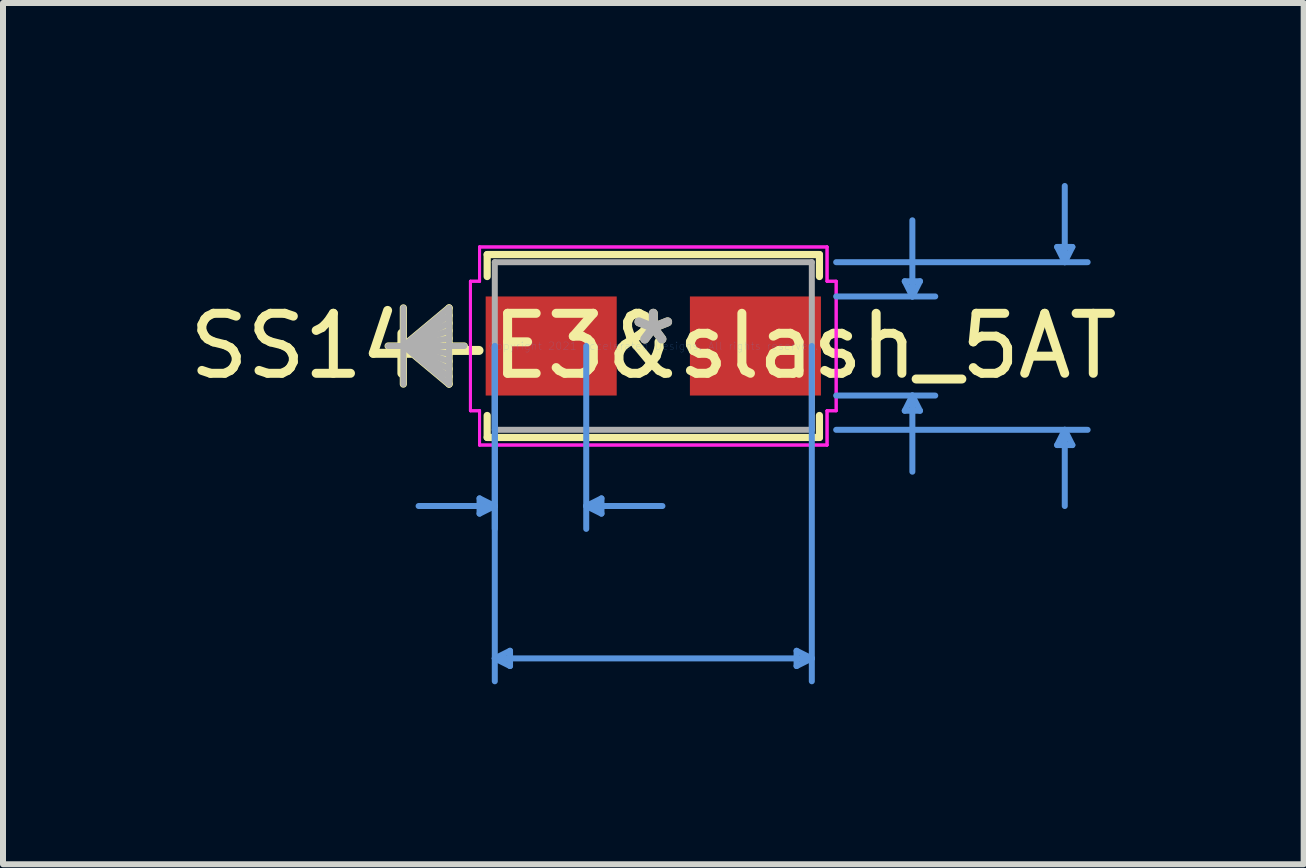
<source format=kicad_pcb>
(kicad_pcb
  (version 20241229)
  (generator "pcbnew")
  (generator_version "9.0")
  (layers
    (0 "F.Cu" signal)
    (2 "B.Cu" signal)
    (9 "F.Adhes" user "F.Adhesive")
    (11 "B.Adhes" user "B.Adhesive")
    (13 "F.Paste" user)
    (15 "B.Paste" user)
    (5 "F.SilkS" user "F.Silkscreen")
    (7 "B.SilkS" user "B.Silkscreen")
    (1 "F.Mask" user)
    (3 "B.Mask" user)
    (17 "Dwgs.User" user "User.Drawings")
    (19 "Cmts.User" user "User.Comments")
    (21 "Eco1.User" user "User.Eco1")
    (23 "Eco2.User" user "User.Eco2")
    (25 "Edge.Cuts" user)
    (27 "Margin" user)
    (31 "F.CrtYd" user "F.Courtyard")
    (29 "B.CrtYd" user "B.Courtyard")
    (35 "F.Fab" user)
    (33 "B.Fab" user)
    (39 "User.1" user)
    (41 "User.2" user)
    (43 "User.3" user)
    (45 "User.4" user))
  (footprint "SS14-E3&slash_5AT"
    (layer "F.Cu")
    (at 7.839 2.717)
    (property "Reference" "SS14-E3&slash_5AT" (at 0 0 0) (layer "F.SilkS") (effects (font (size 1 1) (thickness 0.15))))
    (attr through_hole)
    (fp_line (start -4.166 -0.635) (end -4.166 0.635) (stroke (width 0.12) (type solid)) (layer "F.SilkS"))
    (fp_line (start -4.166 0) (end -3.404 -0.635) (stroke (width 0.12) (type solid)) (layer "F.SilkS"))
    (fp_line (start -4.166 0) (end -3.404 -0.508) (stroke (width 0.12) (type solid)) (layer "F.SilkS"))
    (fp_line (start -4.166 0) (end -3.404 -0.381) (stroke (width 0.12) (type solid)) (layer "F.SilkS"))
    (fp_line (start -4.166 0) (end -3.404 -0.254) (stroke (width 0.12) (type solid)) (layer "F.SilkS"))
    (fp_line (start -4.166 0) (end -3.404 -0.127) (stroke (width 0.12) (type solid)) (layer "F.SilkS"))
    (fp_line (start -4.166 0) (end -3.404 0.127) (stroke (width 0.12) (type solid)) (layer "F.SilkS"))
    (fp_line (start -4.166 0) (end -3.404 0.254) (stroke (width 0.12) (type solid)) (layer "F.SilkS"))
    (fp_line (start -4.166 0) (end -3.404 0.381) (stroke (width 0.12) (type solid)) (layer "F.SilkS"))
    (fp_line (start -4.166 0) (end -3.404 0.508) (stroke (width 0.12) (type solid)) (layer "F.SilkS"))
    (fp_line (start -4.166 0) (end -3.404 0.635) (stroke (width 0.12) (type solid)) (layer "F.SilkS"))
    (fp_line (start -3.404 -0.635) (end -3.404 0.635) (stroke (width 0.12) (type solid)) (layer "F.SilkS"))
    (fp_line (start -3.15 0) (end -4.42 0) (stroke (width 0.12) (type solid)) (layer "F.SilkS"))
    (fp_line (start -2.769 -1.524) (end -2.769 -1.158) (stroke (width 0.12) (type solid)) (layer "F.SilkS"))
    (fp_line (start -2.769 1.158) (end -2.769 1.524) (stroke (width 0.12) (type solid)) (layer "F.SilkS"))
    (fp_line (start -2.769 1.524) (end 2.769 1.524) (stroke (width 0.12) (type solid)) (layer "F.SilkS"))
    (fp_line (start 2.769 -1.524) (end -2.769 -1.524) (stroke (width 0.12) (type solid)) (layer "F.SilkS"))
    (fp_line (start 2.769 -1.158) (end 2.769 -1.524) (stroke (width 0.12) (type solid)) (layer "F.SilkS"))
    (fp_line (start 2.769 1.524) (end 2.769 1.158) (stroke (width 0.12) (type solid)) (layer "F.SilkS"))
    (fp_line (start -2.896 2.54) (end -2.896 2.794) (stroke (width 0.1) (type solid)) (layer "Cmts.User"))
    (fp_line (start -2.642 0) (end -2.642 3.048) (stroke (width 0.1) (type solid)) (layer "Cmts.User"))
    (fp_line (start -2.642 0) (end -2.642 5.588) (stroke (width 0.1) (type solid)) (layer "Cmts.User"))
    (fp_line (start -2.642 2.667) (end -3.912 2.667) (stroke (width 0.1) (type solid)) (layer "Cmts.User"))
    (fp_line (start -2.642 2.667) (end -2.896 2.54) (stroke (width 0.1) (type solid)) (layer "Cmts.User"))
    (fp_line (start -2.642 2.667) (end -2.896 2.794) (stroke (width 0.1) (type solid)) (layer "Cmts.User"))
    (fp_line (start -2.642 5.207) (end -2.388 5.08) (stroke (width 0.1) (type solid)) (layer "Cmts.User"))
    (fp_line (start -2.642 5.207) (end -2.388 5.334) (stroke (width 0.1) (type solid)) (layer "Cmts.User"))
    (fp_line (start -2.642 5.207) (end 2.642 5.207) (stroke (width 0.1) (type solid)) (layer "Cmts.User"))
    (fp_line (start -2.388 5.08) (end -2.388 5.334) (stroke (width 0.1) (type solid)) (layer "Cmts.User"))
    (fp_line (start -1.118 0) (end -1.118 3.048) (stroke (width 0.1) (type solid)) (layer "Cmts.User"))
    (fp_line (start -1.118 2.667) (end -0.864 2.54) (stroke (width 0.1) (type solid)) (layer "Cmts.User"))
    (fp_line (start -1.118 2.667) (end -0.864 2.794) (stroke (width 0.1) (type solid)) (layer "Cmts.User"))
    (fp_line (start -1.118 2.667) (end 0.152 2.667) (stroke (width 0.1) (type solid)) (layer "Cmts.User"))
    (fp_line (start -0.864 2.54) (end -0.864 2.794) (stroke (width 0.1) (type solid)) (layer "Cmts.User"))
    (fp_line (start 2.388 5.08) (end 2.388 5.334) (stroke (width 0.1) (type solid)) (layer "Cmts.User"))
    (fp_line (start 2.642 0) (end 2.642 5.588) (stroke (width 0.1) (type solid)) (layer "Cmts.User"))
    (fp_line (start 2.642 5.207) (end 2.388 5.08) (stroke (width 0.1) (type solid)) (layer "Cmts.User"))
    (fp_line (start 2.642 5.207) (end 2.388 5.334) (stroke (width 0.1) (type solid)) (layer "Cmts.User"))
    (fp_line (start 3.048 -1.397) (end 7.239 -1.397) (stroke (width 0.1) (type solid)) (layer "Cmts.User"))
    (fp_line (start 3.048 -0.826) (end 4.699 -0.826) (stroke (width 0.1) (type solid)) (layer "Cmts.User"))
    (fp_line (start 3.048 0.826) (end 4.699 0.826) (stroke (width 0.1) (type solid)) (layer "Cmts.User"))
    (fp_line (start 3.048 1.397) (end 7.239 1.397) (stroke (width 0.1) (type solid)) (layer "Cmts.User"))
    (fp_line (start 4.191 -1.079) (end 4.445 -1.079) (stroke (width 0.1) (type solid)) (layer "Cmts.User"))
    (fp_line (start 4.191 1.079) (end 4.445 1.079) (stroke (width 0.1) (type solid)) (layer "Cmts.User"))
    (fp_line (start 4.318 -0.826) (end 4.191 -1.079) (stroke (width 0.1) (type solid)) (layer "Cmts.User"))
    (fp_line (start 4.318 -0.826) (end 4.318 -2.095) (stroke (width 0.1) (type solid)) (layer "Cmts.User"))
    (fp_line (start 4.318 -0.826) (end 4.445 -1.079) (stroke (width 0.1) (type solid)) (layer "Cmts.User"))
    (fp_line (start 4.318 0.826) (end 4.191 1.079) (stroke (width 0.1) (type solid)) (layer "Cmts.User"))
    (fp_line (start 4.318 0.826) (end 4.318 2.095) (stroke (width 0.1) (type solid)) (layer "Cmts.User"))
    (fp_line (start 4.318 0.826) (end 4.445 1.079) (stroke (width 0.1) (type solid)) (layer "Cmts.User"))
    (fp_line (start 6.731 -1.651) (end 6.985 -1.651) (stroke (width 0.1) (type solid)) (layer "Cmts.User"))
    (fp_line (start 6.731 1.651) (end 6.985 1.651) (stroke (width 0.1) (type solid)) (layer "Cmts.User"))
    (fp_line (start 6.858 -1.397) (end 6.731 -1.651) (stroke (width 0.1) (type solid)) (layer "Cmts.User"))
    (fp_line (start 6.858 -1.397) (end 6.858 -2.667) (stroke (width 0.1) (type solid)) (layer "Cmts.User"))
    (fp_line (start 6.858 -1.397) (end 6.985 -1.651) (stroke (width 0.1) (type solid)) (layer "Cmts.User"))
    (fp_line (start 6.858 1.397) (end 6.731 1.651) (stroke (width 0.1) (type solid)) (layer "Cmts.User"))
    (fp_line (start 6.858 1.397) (end 6.858 2.667) (stroke (width 0.1) (type solid)) (layer "Cmts.User"))
    (fp_line (start 6.858 1.397) (end 6.985 1.651) (stroke (width 0.1) (type solid)) (layer "Cmts.User"))
    (fp_line (start -3.048 -1.079) (end -2.896 -1.079) (stroke (width 0.05) (type solid)) (layer "F.CrtYd"))
    (fp_line (start -3.048 -1.079) (end -2.896 -1.079) (stroke (width 0.05) (type solid)) (layer "F.CrtYd"))
    (fp_line (start -3.048 1.079) (end -3.048 -1.079) (stroke (width 0.05) (type solid)) (layer "F.CrtYd"))
    (fp_line (start -3.048 1.079) (end -3.048 -1.079) (stroke (width 0.05) (type solid)) (layer "F.CrtYd"))
    (fp_line (start -2.896 -1.651) (end 2.896 -1.651) (stroke (width 0.05) (type solid)) (layer "F.CrtYd"))
    (fp_line (start -2.896 -1.651) (end 2.896 -1.651) (stroke (width 0.05) (type solid)) (layer "F.CrtYd"))
    (fp_line (start -2.896 -1.079) (end -2.896 -1.651) (stroke (width 0.05) (type solid)) (layer "F.CrtYd"))
    (fp_line (start -2.896 -1.079) (end -2.896 -1.651) (stroke (width 0.05) (type solid)) (layer "F.CrtYd"))
    (fp_line (start -2.896 1.079) (end -3.048 1.079) (stroke (width 0.05) (type solid)) (layer "F.CrtYd"))
    (fp_line (start -2.896 1.079) (end -3.048 1.079) (stroke (width 0.05) (type solid)) (layer "F.CrtYd"))
    (fp_line (start -2.896 1.651) (end -2.896 1.079) (stroke (width 0.05) (type solid)) (layer "F.CrtYd"))
    (fp_line (start -2.896 1.651) (end -2.896 1.079) (stroke (width 0.05) (type solid)) (layer "F.CrtYd"))
    (fp_line (start 2.896 -1.651) (end 2.896 -1.079) (stroke (width 0.05) (type solid)) (layer "F.CrtYd"))
    (fp_line (start 2.896 -1.651) (end 2.896 -1.079) (stroke (width 0.05) (type solid)) (layer "F.CrtYd"))
    (fp_line (start 2.896 -1.079) (end 3.048 -1.079) (stroke (width 0.05) (type solid)) (layer "F.CrtYd"))
    (fp_line (start 2.896 -1.079) (end 3.048 -1.079) (stroke (width 0.05) (type solid)) (layer "F.CrtYd"))
    (fp_line (start 2.896 1.079) (end 2.896 1.651) (stroke (width 0.05) (type solid)) (layer "F.CrtYd"))
    (fp_line (start 2.896 1.079) (end 2.896 1.651) (stroke (width 0.05) (type solid)) (layer "F.CrtYd"))
    (fp_line (start 2.896 1.651) (end -2.896 1.651) (stroke (width 0.05) (type solid)) (layer "F.CrtYd"))
    (fp_line (start 2.896 1.651) (end -2.896 1.651) (stroke (width 0.05) (type solid)) (layer "F.CrtYd"))
    (fp_line (start 3.048 -1.079) (end 3.048 1.079) (stroke (width 0.05) (type solid)) (layer "F.CrtYd"))
    (fp_line (start 3.048 -1.079) (end 3.048 1.079) (stroke (width 0.05) (type solid)) (layer "F.CrtYd"))
    (fp_line (start 3.048 1.079) (end 2.896 1.079) (stroke (width 0.05) (type solid)) (layer "F.CrtYd"))
    (fp_line (start 3.048 1.079) (end 2.896 1.079) (stroke (width 0.05) (type solid)) (layer "F.CrtYd"))
    (fp_line (start -4.166 -0.635) (end -4.166 0.635) (stroke (width 0.1) (type solid)) (layer "F.Fab"))
    (fp_line (start -4.166 0) (end -3.404 -0.635) (stroke (width 0.1) (type solid)) (layer "F.Fab"))
    (fp_line (start -4.166 0) (end -3.404 -0.508) (stroke (width 0.1) (type solid)) (layer "F.Fab"))
    (fp_line (start -4.166 0) (end -3.404 -0.381) (stroke (width 0.1) (type solid)) (layer "F.Fab"))
    (fp_line (start -4.166 0) (end -3.404 -0.254) (stroke (width 0.1) (type solid)) (layer "F.Fab"))
    (fp_line (start -4.166 0) (end -3.404 -0.127) (stroke (width 0.1) (type solid)) (layer "F.Fab"))
    (fp_line (start -4.166 0) (end -3.404 0.127) (stroke (width 0.1) (type solid)) (layer "F.Fab"))
    (fp_line (start -4.166 0) (end -3.404 0.254) (stroke (width 0.1) (type solid)) (layer "F.Fab"))
    (fp_line (start -4.166 0) (end -3.404 0.381) (stroke (width 0.1) (type solid)) (layer "F.Fab"))
    (fp_line (start -4.166 0) (end -3.404 0.508) (stroke (width 0.1) (type solid)) (layer "F.Fab"))
    (fp_line (start -4.166 0) (end -3.404 0.635) (stroke (width 0.1) (type solid)) (layer "F.Fab"))
    (fp_line (start -3.404 -0.635) (end -3.404 0.635) (stroke (width 0.1) (type solid)) (layer "F.Fab"))
    (fp_line (start -3.15 0) (end -4.42 0) (stroke (width 0.1) (type solid)) (layer "F.Fab"))
    (fp_line (start -2.642 -1.397) (end -2.642 1.397) (stroke (width 0.1) (type solid)) (layer "F.Fab"))
    (fp_line (start -2.642 1.397) (end 2.642 1.397) (stroke (width 0.1) (type solid)) (layer "F.Fab"))
    (fp_line (start 2.642 -1.397) (end -2.642 -1.397) (stroke (width 0.1) (type solid)) (layer "F.Fab"))
    (fp_line (start 2.642 1.397) (end 2.642 -1.397) (stroke (width 0.1) (type solid)) (layer "F.Fab"))
    (fp_text user "*" (at 0 0 0) (layer "F.SilkS") (effects (font (size 1 1) (thickness 0.15))))
    (fp_text user "Copyright 2021 Accelerated Designs. All rights reserved." (at 0 0 0) (layer "Cmts.User") (effects (font (size 0.127 0.127) (thickness 0.002))))
    (fp_text user "*" (at 0 0 0) (layer "F.Fab") (effects (font (size 1 1) (thickness 0.15))))
    (pad "1" smd rect (at -1.702 0 90) (size 1.651 2.184) (layers "F.Cu" "F.Mask" "F.Paste"))
    (pad "2" smd rect (at 1.702 0 90) (size 1.651 2.184) (layers "F.Cu" "F.Mask" "F.Paste")))
  (gr_rect
    (start -3 -3)
    (end 18.679 11.355)
    (stroke (width 0.1) (type default))
    (fill no)
    (layer "Edge.Cuts")))
</source>
